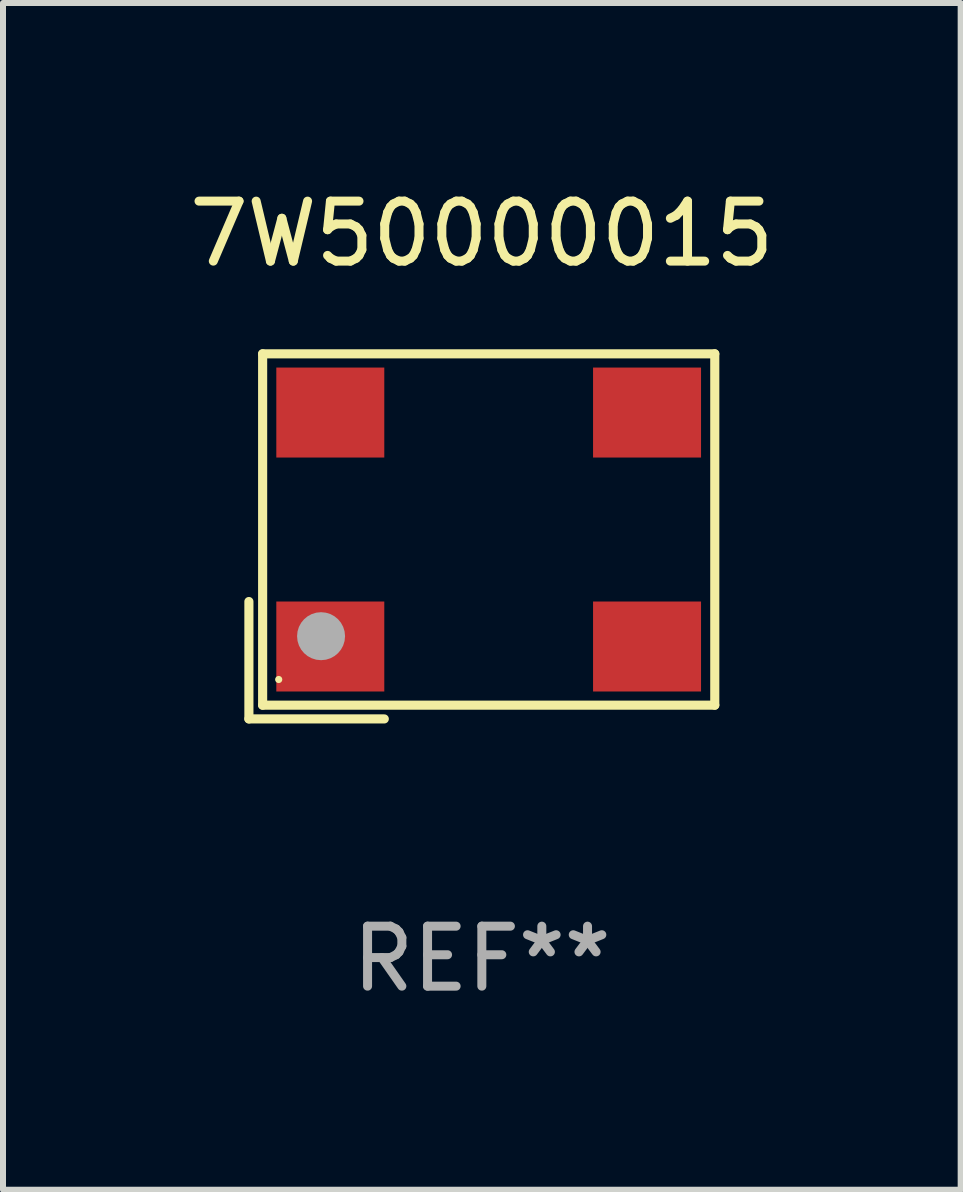
<source format=kicad_pcb>
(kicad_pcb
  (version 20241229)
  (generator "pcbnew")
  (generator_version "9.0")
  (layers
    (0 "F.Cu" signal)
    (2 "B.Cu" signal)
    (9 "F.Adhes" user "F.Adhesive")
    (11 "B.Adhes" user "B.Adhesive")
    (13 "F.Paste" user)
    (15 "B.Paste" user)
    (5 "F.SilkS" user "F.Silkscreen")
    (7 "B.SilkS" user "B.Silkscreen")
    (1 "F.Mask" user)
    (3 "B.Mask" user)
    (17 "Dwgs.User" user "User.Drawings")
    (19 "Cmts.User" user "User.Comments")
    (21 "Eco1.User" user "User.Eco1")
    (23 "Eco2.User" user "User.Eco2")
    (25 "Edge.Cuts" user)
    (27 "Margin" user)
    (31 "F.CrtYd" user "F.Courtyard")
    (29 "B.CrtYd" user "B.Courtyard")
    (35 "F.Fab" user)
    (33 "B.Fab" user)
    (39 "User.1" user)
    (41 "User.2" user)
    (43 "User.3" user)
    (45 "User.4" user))
  (footprint "7W50000015"
    (layer "F.Cu")
    (at 4.982 5.891)
    (property "Reference" "7W50000015" (at 0 -5.043 0) (layer "F.SilkS") (effects (font (size 1 1) (thickness 0.15))))
    (attr through_hole)
    (fp_line (start -3.883 1.086) (end -3.883 3.043) (stroke (width 0.152) (type solid)) (layer "F.SilkS"))
    (fp_line (start -3.883 3.043) (end -1.626 3.043) (stroke (width 0.152) (type solid)) (layer "F.SilkS"))
    (fp_line (start -3.654 -3.043) (end 3.883 -3.043) (stroke (width 0.152) (type solid)) (layer "F.SilkS"))
    (fp_line (start -3.654 2.814) (end -3.654 -3.043) (stroke (width 0.152) (type solid)) (layer "F.SilkS"))
    (fp_line (start 3.883 -3.043) (end 3.883 2.814) (stroke (width 0.152) (type solid)) (layer "F.SilkS"))
    (fp_line (start 3.883 2.814) (end -3.654 2.814) (stroke (width 0.152) (type solid)) (layer "F.SilkS"))
    (fp_circle (center -3.386 2.386) (end -3.356 2.386) (stroke (width 0.06) (type solid)) (fill no) (layer "F.SilkS"))
    (fp_circle (center -2.68 1.664) (end -2.48 1.664) (stroke (width 0.4) (type solid)) (fill no) (layer "F.Fab"))
    (fp_text user "REF**" (at 0 7.043 0) (layer "F.Fab") (effects (font (size 1 1) (thickness 0.15))))
    (pad "1" smd rect (at -2.526 1.836) (size 1.8 1.5) (layers "F.Cu" "F.Mask" "F.Paste"))
    (pad "2" smd rect (at 2.754 1.836) (size 1.8 1.5) (layers "F.Cu" "F.Mask" "F.Paste"))
    (pad "3" smd rect (at 2.754 -2.064) (size 1.8 1.5) (layers "F.Cu" "F.Mask" "F.Paste"))
    (pad "4" smd rect (at -2.526 -2.064) (size 1.8 1.5) (layers "F.Cu" "F.Mask" "F.Paste")))
  (gr_rect
    (start -3 -3)
    (end 12.964 16.782)
    (stroke (width 0.1) (type default))
    (fill no)
    (layer "Edge.Cuts")))
</source>
